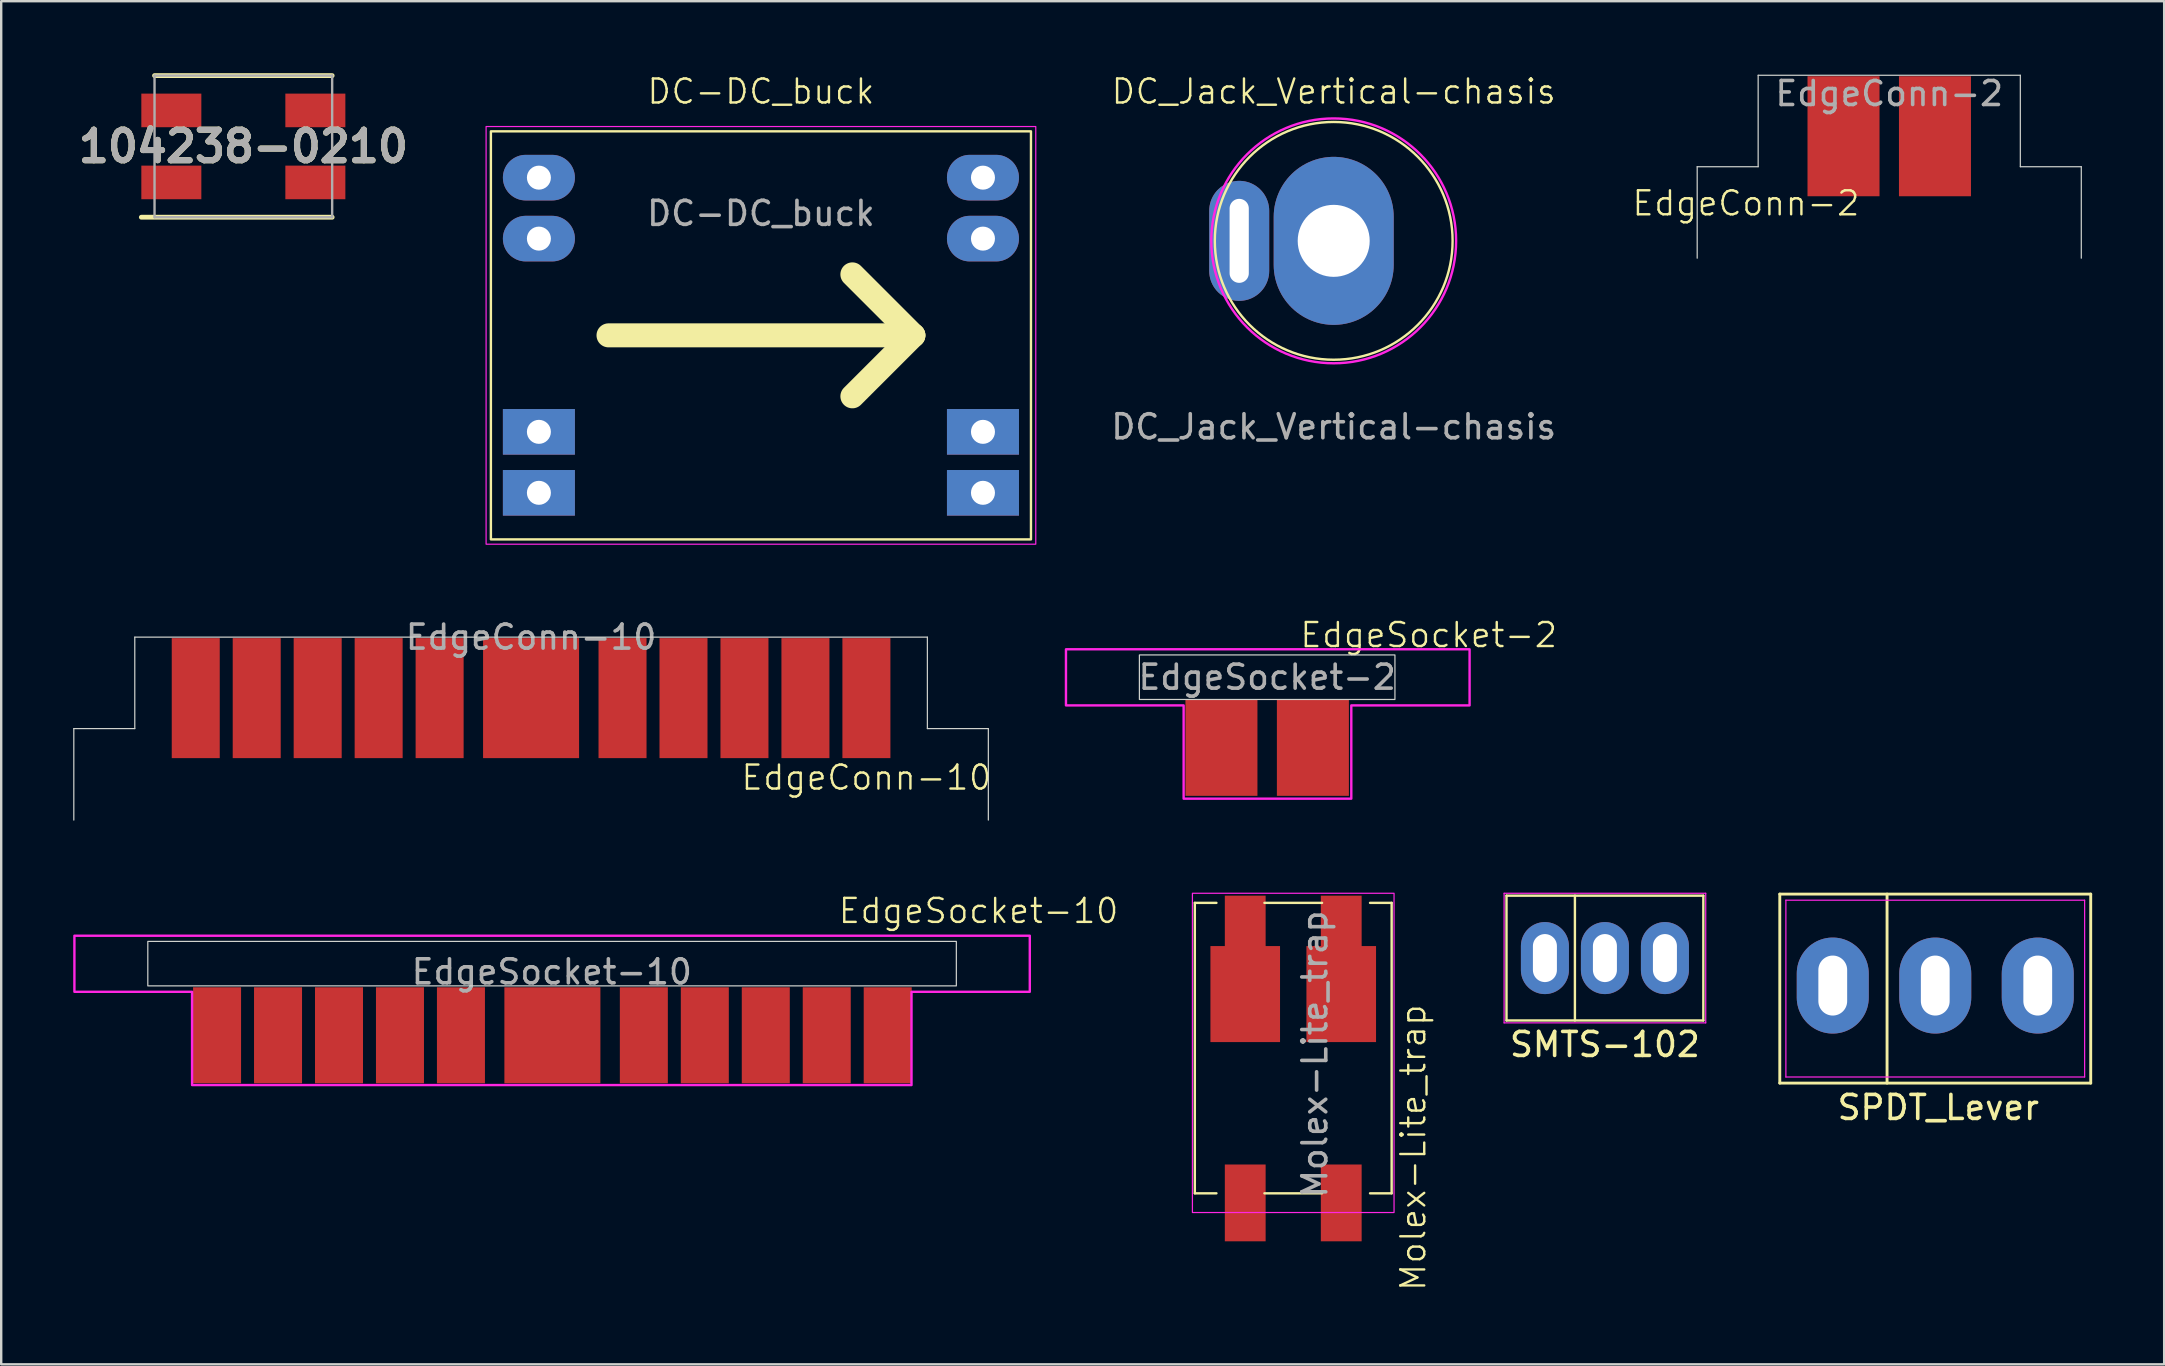
<source format=kicad_pcb>
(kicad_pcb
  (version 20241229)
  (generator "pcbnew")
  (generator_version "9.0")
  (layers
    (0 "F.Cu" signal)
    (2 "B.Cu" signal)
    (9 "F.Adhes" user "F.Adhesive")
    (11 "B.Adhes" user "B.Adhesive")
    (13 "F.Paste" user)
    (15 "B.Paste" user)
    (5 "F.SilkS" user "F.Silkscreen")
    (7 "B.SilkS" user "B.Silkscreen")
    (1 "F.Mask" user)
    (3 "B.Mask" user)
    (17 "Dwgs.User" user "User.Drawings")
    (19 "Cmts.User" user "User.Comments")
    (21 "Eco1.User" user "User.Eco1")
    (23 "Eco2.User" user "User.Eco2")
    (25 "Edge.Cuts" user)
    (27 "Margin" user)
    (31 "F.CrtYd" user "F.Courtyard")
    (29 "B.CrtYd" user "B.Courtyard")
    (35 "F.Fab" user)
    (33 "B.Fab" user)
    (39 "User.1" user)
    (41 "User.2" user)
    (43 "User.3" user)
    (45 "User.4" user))
  (footprint "EdgeConn-2"
    (layer "F.Cu")
    (at 75.657 2.626)
    (property "Reference" "EdgeConn-2" (at -5.969 2.794 0) (unlocked yes) (layer "F.SilkS") (effects (font (size 1 1) (thickness 0.1))))
    (attr smd)
    (fp_line (start -8.001 1.27) (end -8.001 5.08) (stroke (width 0.05) (type default)) (layer "Edge.Cuts"))
    (fp_line (start -5.461 -2.54) (end -5.461 1.27) (stroke (width 0.05) (type default)) (layer "Edge.Cuts"))
    (fp_line (start -5.461 -2.54) (end 5.461 -2.54) (stroke (width 0.05) (type default)) (layer "Edge.Cuts"))
    (fp_line (start -5.461 1.27) (end -8.001 1.27) (stroke (width 0.05) (type default)) (layer "Edge.Cuts"))
    (fp_line (start 5.461 -2.54) (end 5.461 1.27) (stroke (width 0.05) (type default)) (layer "Edge.Cuts"))
    (fp_line (start 5.461 1.27) (end 8.001 1.27) (stroke (width 0.05) (type default)) (layer "Edge.Cuts"))
    (fp_line (start 8.001 1.27) (end 8.001 5.08) (stroke (width 0.05) (type default)) (layer "Edge.Cuts"))
    (fp_text user "${REFERENCE}" (at 0 -1.778 0) (unlocked yes) (layer "F.Fab") (effects (font (size 1 1) (thickness 0.15))))
    (pad "1" smd rect (at -1.905 0 90) (size 5 3) (layers "F.Cu" "F.Mask" "F.Paste"))
    (pad "2" smd rect (at 1.905 0 90) (size 5 3) (layers "F.Cu" "F.Mask" "F.Paste")))
  (footprint "EdgeSocket-10"
    (layer "F.Cu")
    (at 19.938 37.439)
    (property "Reference" "EdgeSocket-10" (at 17.78 -2.54 0) (unlocked yes) (layer "F.SilkS") (effects (font (size 1 1) (thickness 0.1))))
    (attr smd)
    (fp_rect (start -16.83 -1.27) (end 16.854 0.584) (stroke (width 0.05) (type default)) (fill no) (layer "Edge.Cuts"))
    (fp_poly (pts (xy -14.986 -1.507) (xy -19.888 -1.507) (xy -19.888 0.83) (xy -14.986 0.83) (xy -14.986 4.716) (xy 14.986 4.716) (xy 14.986 0.83) (xy 19.914 0.83) (xy 19.914 -1.507) (xy 14.986 -1.507)) (stroke (width 0.1) (type solid)) (fill no) (layer "F.CrtYd"))
    (fp_text user "${REFERENCE}" (at 0 0 0) (unlocked yes) (layer "F.Fab") (effects (font (size 1 1) (thickness 0.15))))
    (pad "1" smd rect (at -13.945 2.642 270) (size 4 2) (layers "F.Cu" "F.Mask" "F.Paste"))
    (pad "1" smd rect (at 13.995 2.642 270) (size 4 2) (layers "F.Cu" "F.Mask" "F.Paste"))
    (pad "2" smd rect (at -11.405 2.642 270) (size 4 2) (layers "F.Cu" "F.Mask" "F.Paste"))
    (pad "3" smd rect (at -8.865 2.642 270) (size 4 2) (layers "F.Cu" "F.Mask" "F.Paste"))
    (pad "4" smd rect (at -6.325 2.642 270) (size 4 2) (layers "F.Cu" "F.Mask" "F.Paste"))
    (pad "5" smd rect (at -3.785 2.642 270) (size 4 2) (layers "F.Cu" "F.Mask" "F.Paste"))
    (pad "6" smd rect (at 0.025 2.642 270) (size 4 4) (layers "F.Cu" "F.Mask" "F.Paste"))
    (pad "7" smd rect (at 3.835 2.642 270) (size 4 2) (layers "F.Cu" "F.Mask" "F.Paste"))
    (pad "8" smd rect (at 6.375 2.642 270) (size 4 2) (layers "F.Cu" "F.Mask" "F.Paste"))
    (pad "9" smd rect (at 8.915 2.642 270) (size 4 2) (layers "F.Cu" "F.Mask" "F.Paste"))
    (pad "10" smd rect (at 11.455 2.642 270) (size 4 2) (layers "F.Cu" "F.Mask" "F.Paste")))
  (footprint "SPDT_Lever"
    (layer "F.Cu")
    (at 77.701 38.009)
    (property "Reference" "SPDT_Lever" (at 0 5.08 0) (layer "F.SilkS") (effects (font (size 1 1) (thickness 0.15))))
    (attr through_hole)
    (fp_line (start -6.604 -3.81) (end 6.35 -3.81) (stroke (width 0.12) (type default)) (layer "F.SilkS"))
    (fp_line (start -6.604 4.064) (end -6.604 -3.81) (stroke (width 0.12) (type default)) (layer "F.SilkS"))
    (fp_line (start -2.135 -3.81) (end -2.135 4.064) (stroke (width 0.12) (type default)) (layer "F.SilkS"))
    (fp_line (start 6.35 -3.81) (end 6.35 4.064) (stroke (width 0.12) (type default)) (layer "F.SilkS"))
    (fp_line (start 6.35 4.064) (end -6.604 4.064) (stroke (width 0.12) (type default)) (layer "F.SilkS"))
    (fp_line (start -6.35 -3.556) (end 6.096 -3.556) (stroke (width 0.05) (type default)) (layer "F.CrtYd"))
    (fp_line (start -6.35 3.81) (end -6.35 -3.556) (stroke (width 0.05) (type default)) (layer "F.CrtYd"))
    (fp_line (start 6.096 -3.556) (end 6.096 3.81) (stroke (width 0.05) (type default)) (layer "F.CrtYd"))
    (fp_line (start 6.096 3.81) (end -6.35 3.81) (stroke (width 0.05) (type default)) (layer "F.CrtYd"))
    (pad "1" thru_hole oval (at -4.397 0) (size 3 4) (drill oval 1.2 2.5) (layers "*.Cu" "*.Mask"))
    (pad "2" thru_hole oval (at -0.127 0) (size 3 4) (drill oval 1.2 2.5) (layers "*.Cu" "*.Mask"))
    (pad "3" thru_hole oval (at 4.143 0) (size 3 4) (drill oval 1.2 2.5) (layers "*.Cu" "*.Mask")))
  (footprint "104238-0210"
    (layer "F.Cu")
    (at 7.088 3.05)
    (property "Reference" "104238-0210" (at 0 0 0) (layer "F.SilkS") (effects (font (size 1.27 1.27) (thickness 0.254))))
    (attr smd)
    (fp_line (start -3.7 -2.95) (end 3.7 -2.95) (stroke (width 0.2) (type solid)) (layer "F.SilkS"))
    (fp_line (start 3.7 2.95) (end -4.25 2.95) (stroke (width 0.2) (type solid)) (layer "F.SilkS"))
    (fp_line (start -3.7 -2.95) (end -3.7 2.95) (stroke (width 0.1) (type solid)) (layer "F.Fab"))
    (fp_line (start -3.7 2.95) (end 3.7 2.95) (stroke (width 0.1) (type solid)) (layer "F.Fab"))
    (fp_line (start 3.7 -2.95) (end -3.7 -2.95) (stroke (width 0.1) (type solid)) (layer "F.Fab"))
    (fp_line (start 3.7 2.95) (end 3.7 -2.95) (stroke (width 0.1) (type solid)) (layer "F.Fab"))
    (fp_text user "${REFERENCE}" (at 0 0 0) (layer "F.Fab") (effects (font (size 1.27 1.27) (thickness 0.254))))
    (pad "1" smd rect (at -3 -1.5 90) (size 1.4 2.5) (layers "F.Cu" "F.Mask" "F.Paste"))
    (pad "1" smd rect (at 3 -1.5 90) (size 1.4 2.5) (layers "F.Cu" "F.Mask" "F.Paste"))
    (pad "2" smd rect (at -3 1.5 90) (size 1.4 2.5) (layers "F.Cu" "F.Mask" "F.Paste"))
    (pad "2" smd rect (at 3 1.5 90) (size 1.4 2.5) (layers "F.Cu" "F.Mask" "F.Paste")))
  (footprint "EdgeSocket-2"
    (layer "F.Cu")
    (at 49.741 25.565)
    (property "Reference" "EdgeSocket-2" (at 6.731 -2.159 0) (unlocked yes) (layer "F.SilkS") (effects (font (size 1 1) (thickness 0.1))))
    (attr through_hole)
    (fp_rect (start -5.323 -1.329) (end 5.323 0.525) (stroke (width 0.05) (type default)) (fill no) (layer "Edge.Cuts"))
    (fp_poly (pts (xy -3.48 -1.565) (xy -8.382 -1.565) (xy -8.382 0.772) (xy -3.48 0.772) (xy -3.48 4.658) (xy 3.505 4.658) (xy 3.505 0.772) (xy 8.433 0.772) (xy 8.433 -1.565)) (stroke (width 0.1) (type solid)) (fill no) (layer "F.CrtYd"))
    (fp_text user "${REFERENCE}" (at 0 -0.402 0) (unlocked yes) (layer "F.Fab") (effects (font (size 1 1) (thickness 0.15))))
    (pad "1" smd rect (at -1.905 2.54 270) (size 4 3) (layers "F.Cu" "F.Mask" "F.Paste"))
    (pad "2" smd rect (at 1.905 2.54 270) (size 4 3) (layers "F.Cu" "F.Mask" "F.Paste")))
  (footprint "SMTS-102"
    (layer "F.Cu")
    (at 63.812 36.864)
    (property "Reference" "SMTS-102" (at 0 3.6 0) (layer "F.SilkS") (effects (font (size 1 1) (thickness 0.15))))
    (attr through_hole)
    (fp_line (start -4.1 2.6) (end -4.1 -2.6) (stroke (width 0.1) (type default)) (layer "F.SilkS"))
    (fp_line (start -1.25 -2.6) (end -1.25 2.6) (stroke (width 0.1) (type default)) (layer "F.SilkS"))
    (fp_line (start 4.1 -2.6) (end -4.1 -2.6) (stroke (width 0.1) (type default)) (layer "F.SilkS"))
    (fp_line (start 4.1 -2.6) (end 4.1 2.6) (stroke (width 0.1) (type default)) (layer "F.SilkS"))
    (fp_line (start 4.1 2.6) (end -4.1 2.6) (stroke (width 0.1) (type default)) (layer "F.SilkS"))
    (fp_line (start -4.2 -2.7) (end 4.2 -2.7) (stroke (width 0.05) (type default)) (layer "F.CrtYd"))
    (fp_line (start -4.2 2.7) (end -4.2 -2.7) (stroke (width 0.05) (type default)) (layer "F.CrtYd"))
    (fp_line (start 4.2 -2.7) (end 4.2 2.7) (stroke (width 0.05) (type default)) (layer "F.CrtYd"))
    (fp_line (start 4.2 2.7) (end -4.2 2.7) (stroke (width 0.05) (type default)) (layer "F.CrtYd"))
    (pad "1" thru_hole oval (at -2.5 0) (size 2 3) (drill oval 1 2) (layers "*.Cu" "*.Mask"))
    (pad "2" thru_hole oval (at 0 0) (size 2 3) (drill oval 1 2) (layers "*.Cu" "*.Mask"))
    (pad "3" thru_hole oval (at 2.5 0) (size 2 3) (drill oval 1 2) (layers "*.Cu" "*.Mask")))
  (footprint "DC-DC_buck"
    (layer "F.Cu")
    (at 28.651 10.921)
    (property "Reference" "DC-DC_buck" (at 0 -10.16 0) (unlocked yes) (layer "F.SilkS") (effects (font (size 1 1) (thickness 0.1))))
    (attr through_hole)
    (fp_line (start -6.35 0) (end 6.35 0) (stroke (width 1) (type default)) (layer "F.SilkS"))
    (fp_line (start 3.81 -2.54) (end 6.35 0) (stroke (width 1) (type default)) (layer "F.SilkS"))
    (fp_line (start 6.35 0) (end 3.81 -2.54) (stroke (width 0.1) (type default)) (layer "F.SilkS"))
    (fp_line (start 6.35 0) (end 3.81 2.54) (stroke (width 1) (type default)) (layer "F.SilkS"))
    (fp_rect (start -11.25 -8.5) (end 11.25 8.5) (stroke (width 0.1) (type default)) (fill no) (layer "F.SilkS"))
    (fp_poly (pts (xy -11.45 -8.7) (xy 11.45 -8.7) (xy 11.45 8.7) (xy -11.45 8.7)) (stroke (width 0.05) (type solid)) (fill no) (layer "F.CrtYd"))
    (fp_text user "${REFERENCE}" (at 0 -5.08 0) (unlocked yes) (layer "F.Fab") (effects (font (size 1 1) (thickness 0.15))))
    (pad "1" thru_hole oval (at -9.25 -6.57) (size 3 1.9) (drill 1) (layers "*.Cu" "*.Mask"))
    (pad "1" thru_hole oval (at -9.25 -4.03) (size 3 1.9) (drill 1) (layers "*.Cu" "*.Mask"))
    (pad "2" thru_hole rect (at -9.25 4.02) (size 3 1.9) (drill 1) (layers "*.Cu" "*.Mask"))
    (pad "2" thru_hole rect (at -9.25 6.56) (size 3 1.9) (drill 1) (layers "*.Cu" "*.Mask"))
    (pad "3" thru_hole oval (at 9.25 -6.57) (size 3 1.9) (drill 1) (layers "*.Cu" "*.Mask"))
    (pad "3" thru_hole oval (at 9.25 -4.03) (size 3 1.9) (drill 1) (layers "*.Cu" "*.Mask"))
    (pad "4" thru_hole rect (at 9.25 4.02) (size 3 1.9) (drill 1) (layers "*.Cu" "*.Mask"))
    (pad "4" thru_hole rect (at 9.25 6.56) (size 3 1.9) (drill 1) (layers "*.Cu" "*.Mask")))
  (footprint "EdgeConn-10"
    (layer "F.Cu")
    (at 19.075 29.844)
    (property "Reference" "EdgeConn-10" (at 13.97 -0.5 0) (unlocked yes) (layer "F.SilkS") (effects (font (size 1 1) (thickness 0.1))))
    (attr smd)
    (fp_line (start -19.05 -2.54) (end -19.05 1.27) (stroke (width 0.05) (type default)) (layer "Edge.Cuts"))
    (fp_line (start -16.51 -6.35) (end -16.51 -2.54) (stroke (width 0.05) (type default)) (layer "Edge.Cuts"))
    (fp_line (start -16.51 -6.35) (end 16.51 -6.35) (stroke (width 0.05) (type default)) (layer "Edge.Cuts"))
    (fp_line (start -16.51 -2.54) (end -19.05 -2.54) (stroke (width 0.05) (type default)) (layer "Edge.Cuts"))
    (fp_line (start 16.51 -6.35) (end 16.51 -2.54) (stroke (width 0.05) (type default)) (layer "Edge.Cuts"))
    (fp_line (start 16.51 -2.54) (end 19.05 -2.54) (stroke (width 0.05) (type default)) (layer "Edge.Cuts"))
    (fp_line (start 19.05 -2.54) (end 19.05 1.27) (stroke (width 0.05) (type default)) (layer "Edge.Cuts"))
    (fp_text user "${REFERENCE}" (at 0 -6.35 0) (unlocked yes) (layer "F.Fab") (effects (font (size 1 1) (thickness 0.15))))
    (pad "1" connect rect (at -13.97 -3.81 270) (size 5 2) (layers "F.Cu" "F.Mask"))
    (pad "1" connect rect (at 13.97 -3.81 270) (size 5 2) (layers "F.Cu" "F.Mask"))
    (pad "2" connect rect (at 11.43 -3.81 270) (size 5 2) (layers "F.Cu" "F.Mask"))
    (pad "3" connect rect (at 8.89 -3.81 270) (size 5 2) (layers "F.Cu" "F.Mask"))
    (pad "4" connect rect (at 6.35 -3.81 270) (size 5 2) (layers "F.Cu" "F.Mask"))
    (pad "5" connect rect (at 3.81 -3.81 270) (size 5 2) (layers "F.Cu" "F.Mask"))
    (pad "6" connect rect (at 0 -3.81 270) (size 5 4) (layers "F.Cu" "F.Mask"))
    (pad "7" connect rect (at -3.81 -3.81 270) (size 5 2) (layers "F.Cu" "F.Mask"))
    (pad "8" connect rect (at -6.35 -3.81 270) (size 5 2) (layers "F.Cu" "F.Mask"))
    (pad "9" connect rect (at -8.89 -3.81 270) (size 5 2) (layers "F.Cu" "F.Mask"))
    (pad "10" connect rect (at -11.43 -3.81 270) (size 5 2) (layers "F.Cu" "F.Mask")))
  (footprint "DC_Jack_Vertical-chasis"
    (layer "F.Cu")
    (at 52.513 6.984)
    (property "Reference" "DC_Jack_Vertical-chasis" (at 0 -6.223 0) (unlocked yes) (layer "F.SilkS") (effects (font (size 1 1) (thickness 0.1))))
    (attr through_hole)
    (fp_circle (center 0 0) (end 4.953 0) (stroke (width 0.1) (type default)) (fill no) (layer "F.SilkS"))
    (fp_circle (center 0 0) (end 5.1 0) (stroke (width 0.1) (type solid)) (fill no) (layer "F.CrtYd"))
    (fp_text user "${REFERENCE}" (at 0 7.747 0) (unlocked yes) (layer "F.Fab") (effects (font (size 1 1) (thickness 0.15))))
    (pad "1" thru_hole oval (at 0 0) (size 5 7) (drill 3) (layers "*.Cu" "*.Mask"))
    (pad "2" thru_hole oval (at -3.937 0) (size 2.5 5) (drill oval 0.8 3.5) (layers "*.Cu" "*.Mask")))
  (footprint "Molex-Lite_trap"
    (layer "F.Cu")
    (at 50.827 41.464)
    (property "Reference" "Molex-Lite_trap" (at 5 3.3 90) (unlocked yes) (layer "F.SilkS") (effects (font (size 1 1) (thickness 0.1))))
    (attr smd)
    (fp_line (start -4.1 -6.9) (end -4.1 5.2) (stroke (width 0.1) (type default)) (layer "F.SilkS"))
    (fp_line (start -4.1 5.2) (end -3.2 5.2) (stroke (width 0.1) (type default)) (layer "F.SilkS"))
    (fp_line (start -3.2 -6.9) (end -4.1 -6.9) (stroke (width 0.1) (type default)) (layer "F.SilkS"))
    (fp_line (start -1.2 5.2) (end 1.2 5.2) (stroke (width 0.1) (type default)) (layer "F.SilkS"))
    (fp_line (start 1.2 -6.9) (end -1.2 -6.9) (stroke (width 0.1) (type default)) (layer "F.SilkS"))
    (fp_line (start 3.2 5.2) (end 4.1 5.2) (stroke (width 0.1) (type default)) (layer "F.SilkS"))
    (fp_line (start 4.1 -6.9) (end 3.2 -6.9) (stroke (width 0.1) (type default)) (layer "F.SilkS"))
    (fp_line (start 4.1 5.2) (end 4.1 -6.9) (stroke (width 0.1) (type default)) (layer "F.SilkS"))
    (fp_rect (start -4 -6.8) (end 4 5.1) (stroke (width 0.1) (type default)) (fill no) (layer "F.Paste"))
    (fp_rect (start -4.2 -7.3) (end 4.2 6) (stroke (width 0.05) (type default)) (fill no) (layer "F.CrtYd"))
    (fp_text user "${REFERENCE}" (at 0.9 -0.6 90) (unlocked yes) (layer "F.Fab") (effects (font (size 1 1) (thickness 0.15))))
    (pad "1" smd rect (at -2 -6.1 90) (size 2.2 1.7) (layers "F.Cu" "F.Mask" "F.Paste"))
    (pad "1" smd rect (at -2 -3.1 90) (size 4 2.9) (layers "F.Cu" "F.Mask" "F.Paste"))
    (pad "1" smd rect (at -2 5.6 90) (size 3.2 1.7) (layers "F.Cu" "F.Mask" "F.Paste"))
    (pad "2" smd rect (at 2 -6.1 90) (size 2.2 1.7) (layers "F.Cu" "F.Mask" "F.Paste"))
    (pad "2" smd rect (at 2 -3.1 90) (size 4 2.9) (layers "F.Cu" "F.Mask" "F.Paste"))
    (pad "2" smd rect (at 2 5.6 90) (size 3.2 1.7) (layers "F.Cu" "F.Mask" "F.Paste"))
    (zone (net_name "") (layer "F.Cu") (hatch edge 0.5) (connect_pads) (min_thickness 0.25) (filled_areas_thickness no) (keepout (tracks not_allowed) (vias not_allowed) (pads not_allowed) (copperpour not_allowed) (footprints not_allowed)) (placement (enabled no)) (fill) (polygon (pts (xy 46.927 40.464) (xy 46.927 46.364) (xy 47.827 46.364) (xy 47.827 45.364) (xy 48.227 45.364) (xy 48.227 40.464))))
    (zone (net_name "") (layer "F.Cu") (hatch edge 0.5) (connect_pads) (min_thickness 0.25) (filled_areas_thickness no) (keepout (tracks not_allowed) (vias not_allowed) (pads not_allowed) (copperpour not_allowed) (footprints not_allowed)) (placement (enabled no)) (fill) (polygon (pts (xy 54.727 40.464) (xy 54.727 46.364) (xy 53.827 46.364) (xy 53.827 45.364) (xy 53.427 45.364) (xy 53.427 40.464))))
    (zone (net_name "") (layer "F.Cu") (hatch edge 0.5) (connect_pads) (min_thickness 0.25) (filled_areas_thickness no) (keepout (tracks not_allowed) (vias not_allowed) (pads not_allowed) (copperpour not_allowed) (footprints not_allowed)) (placement (enabled no)) (fill) (polygon (pts (xy 50.427 34.764) (xy 50.427 40.464) (xy 49.427 40.464) (xy 49.427 45.364) (xy 49.827 45.364) (xy 49.827 46.464) (xy 51.827 46.464) (xy 51.827 45.364) (xy 52.227 45.364) (xy 52.227 40.464) (xy 51.227 40.464) (xy 51.227 34.764)))))
  (gr_rect
    (start -3 -3)
    (end 87.111 53.79)
    (stroke (width 0.1) (type default))
    (fill no)
    (layer "Edge.Cuts")))
</source>
